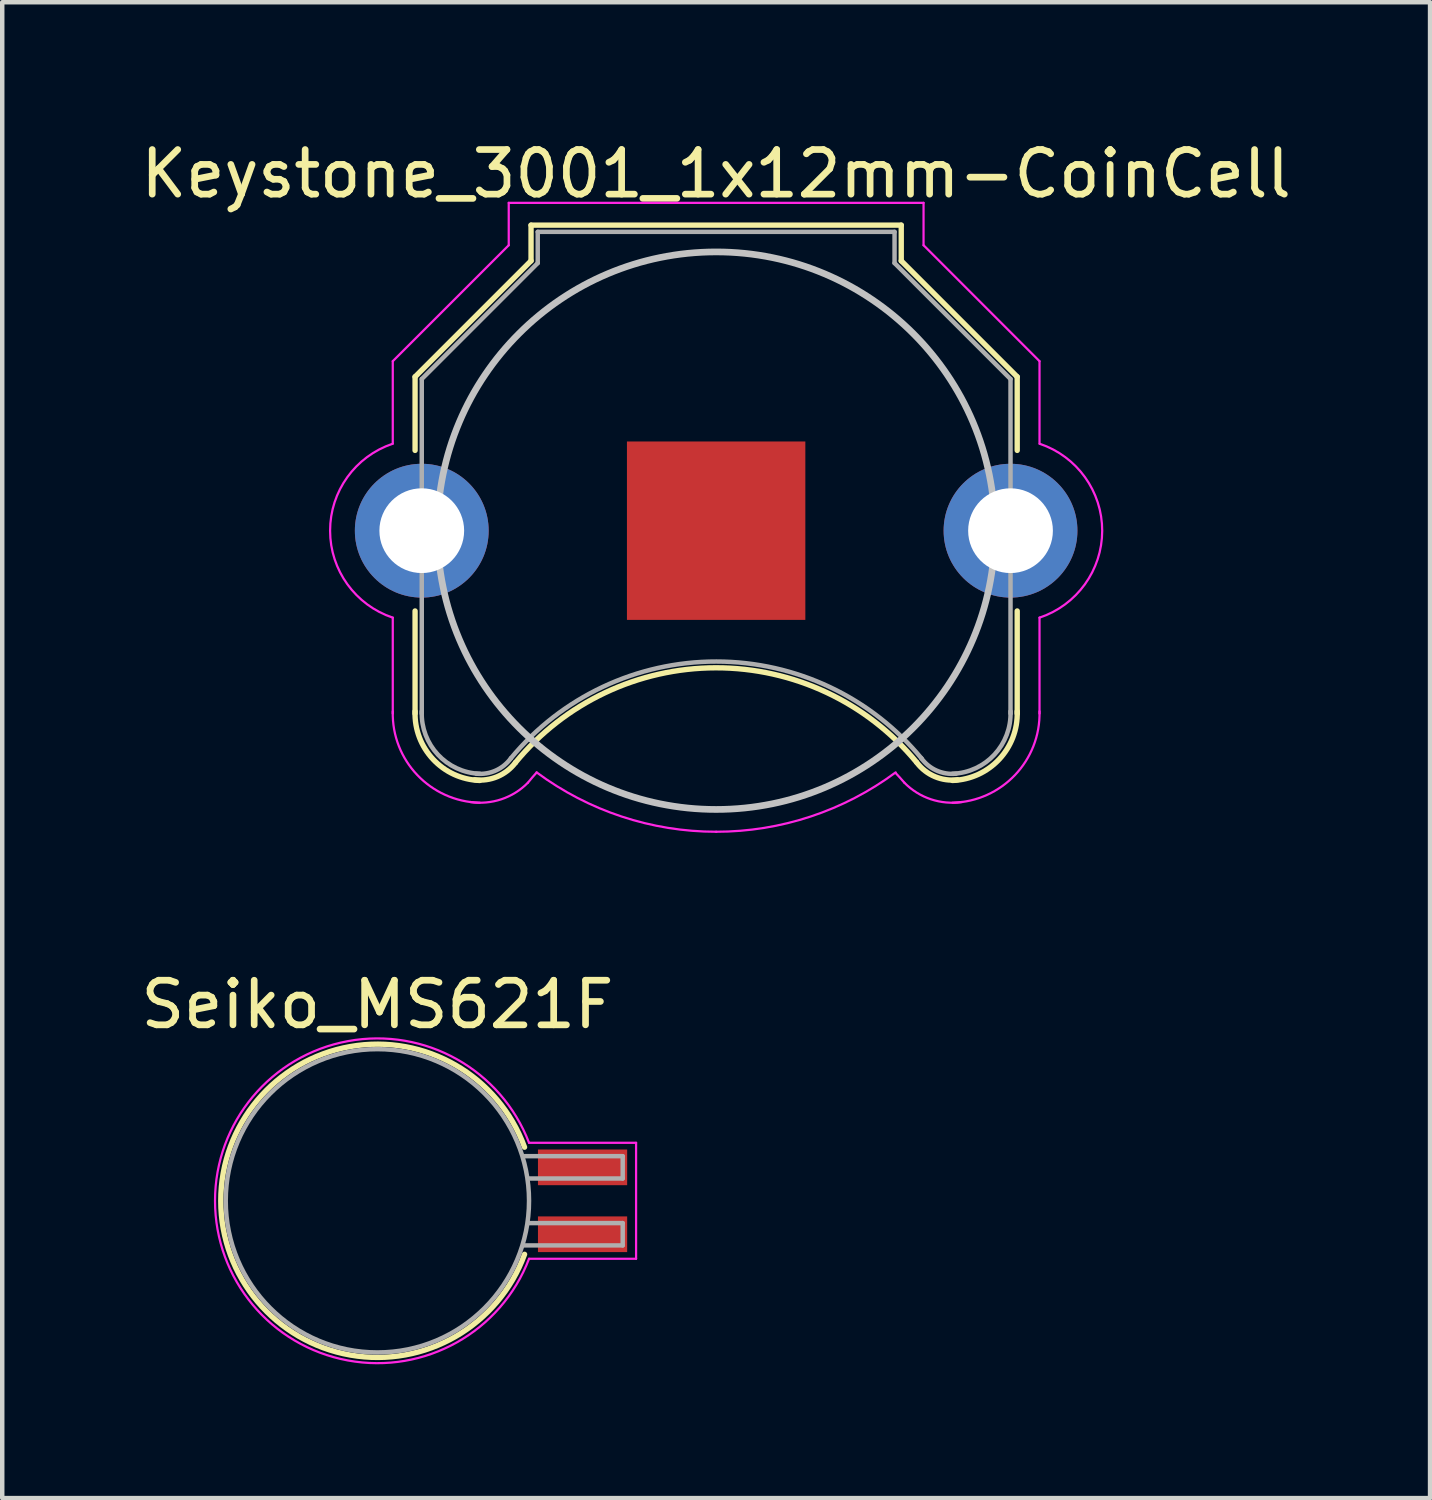
<source format=kicad_pcb>
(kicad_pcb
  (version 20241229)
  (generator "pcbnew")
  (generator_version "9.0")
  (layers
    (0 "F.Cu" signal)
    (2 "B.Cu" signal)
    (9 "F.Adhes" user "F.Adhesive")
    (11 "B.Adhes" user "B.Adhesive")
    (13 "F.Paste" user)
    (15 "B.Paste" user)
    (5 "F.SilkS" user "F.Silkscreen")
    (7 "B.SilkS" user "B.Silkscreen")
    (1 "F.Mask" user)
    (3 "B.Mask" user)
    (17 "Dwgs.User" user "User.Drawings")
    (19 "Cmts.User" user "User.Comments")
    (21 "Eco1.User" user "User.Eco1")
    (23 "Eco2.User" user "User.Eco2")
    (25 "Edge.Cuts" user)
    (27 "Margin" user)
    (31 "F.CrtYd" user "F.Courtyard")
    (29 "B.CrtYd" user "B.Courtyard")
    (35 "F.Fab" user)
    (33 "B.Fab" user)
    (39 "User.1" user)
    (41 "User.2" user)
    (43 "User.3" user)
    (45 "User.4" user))
  (footprint "Keystone_3001_1x12mm-CoinCell"
    (layer "F.Cu")
    (at 13.006 8.848)
    (property "Reference" "Keystone_3001_1x12mm-CoinCell" (at 0 -8 0) (layer "F.SilkS") (effects (font (size 1 1) (thickness 0.15))))
    (attr through_hole)
    (fp_line (start -6.75 -3.45) (end -4.15 -6.05) (stroke (width 0.12) (type solid)) (layer "F.SilkS"))
    (fp_line (start -6.75 -1.8) (end -6.75 -3.45) (stroke (width 0.12) (type solid)) (layer "F.SilkS"))
    (fp_line (start -6.75 1.8) (end -6.75 4.1) (stroke (width 0.12) (type solid)) (layer "F.SilkS"))
    (fp_line (start -4.15 -6.85) (end 4.15 -6.85) (stroke (width 0.12) (type solid)) (layer "F.SilkS"))
    (fp_line (start -4.15 -6.05) (end -4.15 -6.85) (stroke (width 0.12) (type solid)) (layer "F.SilkS"))
    (fp_line (start 4.15 -6.85) (end 4.15 -6.05) (stroke (width 0.12) (type solid)) (layer "F.SilkS"))
    (fp_line (start 4.15 -6.05) (end 6.75 -3.45) (stroke (width 0.12) (type solid)) (layer "F.SilkS"))
    (fp_line (start 6.75 -3.45) (end 6.75 -1.8) (stroke (width 0.12) (type solid)) (layer "F.SilkS"))
    (fp_line (start 6.75 1.8) (end 6.75 4.1) (stroke (width 0.12) (type solid)) (layer "F.SilkS"))
    (fp_arc (start -5.3 5.6) (mid -6.346016 5.125305) (end -6.75 4.05) (stroke (width 0.12) (type solid)) (layer "F.SilkS"))
    (fp_arc (start -4.5 5.2) (mid -4.90584 5.514615) (end -5.414615 5.58416) (stroke (width 0.12) (type solid)) (layer "F.SilkS"))
    (fp_arc (start -4.5 5.2) (mid -0.007341 3.0742) (end 4.490661 5.188671) (stroke (width 0.12) (type solid)) (layer "F.SilkS"))
    (fp_arc (start 5.414615 5.58416) (mid 4.90584 5.514615) (end 4.5 5.2) (stroke (width 0.12) (type solid)) (layer "F.SilkS"))
    (fp_arc (start 6.75 4.05) (mid 6.346016 5.125305) (end 5.3 5.6) (stroke (width 0.12) (type solid)) (layer "F.SilkS"))
    (fp_circle (center 0 0) (end 0 6.25) (stroke (width 0.15) (type solid)) (fill no) (layer "Dwgs.User"))
    (fp_line (start -7.25 -3.8) (end -4.65 -6.4) (stroke (width 0.05) (type solid)) (layer "F.CrtYd"))
    (fp_line (start -7.25 -1.95) (end -7.25 -3.8) (stroke (width 0.05) (type solid)) (layer "F.CrtYd"))
    (fp_line (start -7.25 1.95) (end -7.25 4.1) (stroke (width 0.05) (type solid)) (layer "F.CrtYd"))
    (fp_line (start -4.65 -7.35) (end 4.65 -7.35) (stroke (width 0.05) (type solid)) (layer "F.CrtYd"))
    (fp_line (start -4.65 -6.4) (end -4.65 -7.35) (stroke (width 0.05) (type solid)) (layer "F.CrtYd"))
    (fp_line (start 4.65 -6.4) (end 4.65 -7.35) (stroke (width 0.05) (type solid)) (layer "F.CrtYd"))
    (fp_line (start 7.25 -3.8) (end 4.65 -6.4) (stroke (width 0.05) (type solid)) (layer "F.CrtYd"))
    (fp_line (start 7.25 -1.95) (end 7.25 -3.8) (stroke (width 0.05) (type solid)) (layer "F.CrtYd"))
    (fp_line (start 7.25 1.95) (end 7.25 4.1) (stroke (width 0.05) (type solid)) (layer "F.CrtYd"))
    (fp_arc (start -7.25 1.95) (mid -8.655479 0.002334) (end -7.254426 -1.948519) (stroke (width 0.05) (type solid)) (layer "F.CrtYd"))
    (fp_arc (start -5.3 6.1) (mid -6.699569 5.478858) (end -7.25 4.05) (stroke (width 0.05) (type solid)) (layer "F.CrtYd"))
    (fp_arc (start -4.22 5.65) (mid -4.814553 6.021742) (end -5.513125 6.082436) (stroke (width 0.05) (type solid)) (layer "F.CrtYd"))
    (fp_arc (start -4.22 5.65) (mid -4.123743 5.534157) (end -4.024388 5.42096) (stroke (width 0.05) (type solid)) (layer "F.CrtYd"))
    (fp_arc (start 0 6.75) (mid -2.119449 6.408622) (end -4.024518 5.419018) (stroke (width 0.05) (type solid)) (layer "F.CrtYd"))
    (fp_arc (start 4.024518 5.419018) (mid 2.119449 6.408622) (end 0 6.75) (stroke (width 0.05) (type solid)) (layer "F.CrtYd"))
    (fp_arc (start 4.02471 5.432858) (mid 4.123824 5.540108) (end 4.22 5.65) (stroke (width 0.05) (type solid)) (layer "F.CrtYd"))
    (fp_arc (start 5.513125 6.082436) (mid 4.814553 6.021742) (end 4.22 5.65) (stroke (width 0.05) (type solid)) (layer "F.CrtYd"))
    (fp_arc (start 7.25 4.05) (mid 6.699569 5.478858) (end 5.3 6.1) (stroke (width 0.05) (type solid)) (layer "F.CrtYd"))
    (fp_arc (start 7.254426 -1.948519) (mid 8.655479 0.002334) (end 7.25 1.95) (stroke (width 0.05) (type solid)) (layer "F.CrtYd"))
    (fp_line (start -6.6 -3.4) (end -6.6 4.1) (stroke (width 0.1) (type solid)) (layer "F.Fab"))
    (fp_line (start -4 -6.7) (end -4 -6) (stroke (width 0.1) (type solid)) (layer "F.Fab"))
    (fp_line (start -4 -6.7) (end 4 -6.7) (stroke (width 0.1) (type solid)) (layer "F.Fab"))
    (fp_line (start -4 -6) (end -6.6 -3.4) (stroke (width 0.1) (type solid)) (layer "F.Fab"))
    (fp_line (start 4 -6.7) (end 4 -6) (stroke (width 0.1) (type solid)) (layer "F.Fab"))
    (fp_line (start 4 -6) (end 6.6 -3.4) (stroke (width 0.1) (type solid)) (layer "F.Fab"))
    (fp_line (start 6.6 -3.4) (end 6.6 4.1) (stroke (width 0.1) (type solid)) (layer "F.Fab"))
    (fp_arc (start -5.3 5.45) (mid -6.239949 5.019239) (end -6.6 4.05) (stroke (width 0.1) (type solid)) (layer "F.Fab"))
    (fp_arc (start -4.6 5.1) (mid -4.942443 5.378013) (end -5.378013 5.447558) (stroke (width 0.1) (type solid)) (layer "F.Fab"))
    (fp_arc (start -4.6 5.1) (mid 0.006214 2.93343) (end 4.607905 5.109589) (stroke (width 0.1) (type solid)) (layer "F.Fab"))
    (fp_arc (start 5.378013 5.447558) (mid 4.942442 5.378013) (end 4.6 5.1) (stroke (width 0.1) (type solid)) (layer "F.Fab"))
    (fp_arc (start 6.6 4.05) (mid 6.239949 5.019239) (end 5.3 5.45) (stroke (width 0.1) (type solid)) (layer "F.Fab"))
    (pad "1" thru_hole circle (at -6.6 0) (size 3 3) (drill 1.9) (layers "*.Cu" "*.Mask"))
    (pad "1" thru_hole circle (at 6.6 0) (size 3 3) (drill 1.9) (layers "*.Cu" "*.Mask"))
    (pad "2" smd rect (at 0 0) (size 4 4) (layers "F.Cu" "F.Mask")))
  (footprint "Seiko_MS621F"
    (layer "F.Cu")
    (at 10.011 23.872)
    (property "Reference" "Seiko_MS621F" (at -4.6 -4.4 0) (layer "F.SilkS") (effects (font (size 1 1) (thickness 0.15))))
    (attr smd)
    (fp_arc (start -1.3 1.2) (mid -8.11141 0.001035) (end -1.300708 -1.201946) (stroke (width 0.12) (type solid)) (layer "F.SilkS"))
    (fp_line (start -1.2 -1.3) (end 1.2 -1.3) (stroke (width 0.05) (type solid)) (layer "F.CrtYd"))
    (fp_line (start 1.2 -1.3) (end 1.2 1.3) (stroke (width 0.05) (type solid)) (layer "F.CrtYd"))
    (fp_line (start 1.2 1.3) (end -1.2 1.3) (stroke (width 0.05) (type solid)) (layer "F.CrtYd"))
    (fp_arc (start -1.2 1.3) (mid -8.240055 0) (end -1.2 -1.3) (stroke (width 0.05) (type solid)) (layer "F.CrtYd"))
    (fp_line (start -1.3 -1) (end 0.9 -1) (stroke (width 0.1) (type solid)) (layer "F.Fab"))
    (fp_line (start -1.2 0.5) (end 0.9 0.5) (stroke (width 0.1) (type solid)) (layer "F.Fab"))
    (fp_line (start 0.9 -1) (end 0.9 -0.5) (stroke (width 0.1) (type solid)) (layer "F.Fab"))
    (fp_line (start 0.9 -0.5) (end -1.2 -0.5) (stroke (width 0.1) (type solid)) (layer "F.Fab"))
    (fp_line (start 0.9 0.5) (end 0.9 1) (stroke (width 0.1) (type solid)) (layer "F.Fab"))
    (fp_line (start 0.9 1) (end -1.3 1) (stroke (width 0.1) (type solid)) (layer "F.Fab"))
    (fp_circle (center -4.6 0) (end -4.6 3.4) (stroke (width 0.1) (type solid)) (fill no) (layer "F.Fab"))
    (pad "1" smd rect (at 0 -0.75) (size 2 0.8) (layers "F.Cu" "F.Mask" "F.Paste"))
    (pad "2" smd rect (at 0 0.75) (size 2 0.8) (layers "F.Cu" "F.Mask" "F.Paste")))
  (gr_rect
    (start -3 -3)
    (end 29.012 30.537)
    (stroke (width 0.1) (type default))
    (fill no)
    (layer "Edge.Cuts")))
</source>
